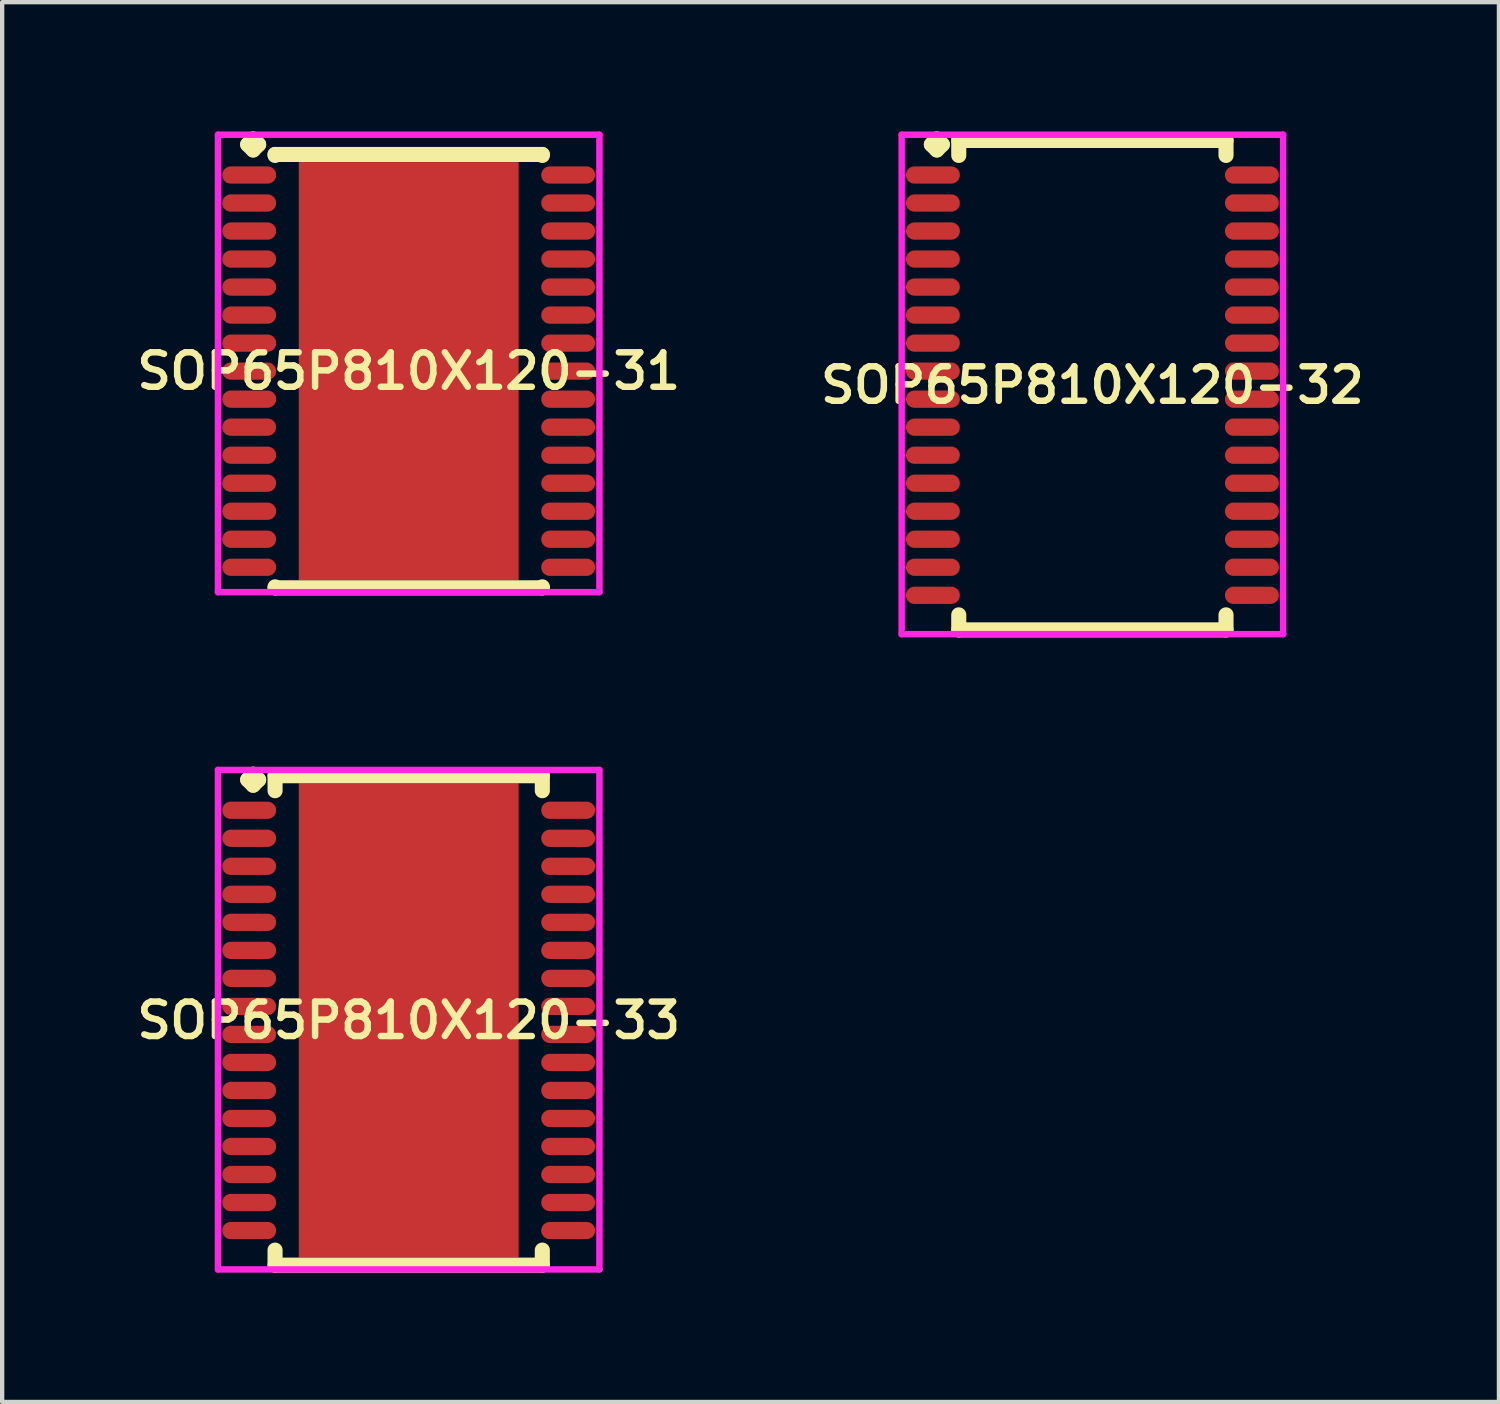
<source format=kicad_pcb>
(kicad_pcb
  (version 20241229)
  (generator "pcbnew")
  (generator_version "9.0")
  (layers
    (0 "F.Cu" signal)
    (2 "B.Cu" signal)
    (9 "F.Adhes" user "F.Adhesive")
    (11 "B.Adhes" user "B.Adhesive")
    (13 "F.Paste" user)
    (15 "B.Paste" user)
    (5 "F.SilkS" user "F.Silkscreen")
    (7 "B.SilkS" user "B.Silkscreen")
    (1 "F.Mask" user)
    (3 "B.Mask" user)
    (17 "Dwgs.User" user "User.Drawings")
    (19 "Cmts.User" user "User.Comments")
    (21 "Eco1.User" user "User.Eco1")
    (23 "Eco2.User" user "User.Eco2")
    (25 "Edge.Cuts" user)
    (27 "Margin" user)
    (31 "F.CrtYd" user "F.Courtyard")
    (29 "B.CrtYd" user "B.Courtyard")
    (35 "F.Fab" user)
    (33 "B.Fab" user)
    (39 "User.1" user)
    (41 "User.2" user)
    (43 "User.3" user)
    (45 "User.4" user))
  (footprint "SOP65P810X120-31"
    (layer "F.Cu")
    (at 6.431 5.56)
    (property "Reference" "SOP65P810X120-31" (at 0 0 0) (layer "F.SilkS") (effects (font (size 0.8 0.8) (thickness 0.15))))
    (attr through_hole)
    (fp_line (start -3.735 -5.258) (end -3.608 -5.385) (stroke (width 0.35) (type solid)) (layer "F.SilkS"))
    (fp_line (start -3.608 -5.385) (end -3.481 -5.258) (stroke (width 0.35) (type solid)) (layer "F.SilkS"))
    (fp_line (start -3.608 -5.131) (end -3.735 -5.258) (stroke (width 0.35) (type solid)) (layer "F.SilkS"))
    (fp_line (start -3.481 -5.258) (end -3.608 -5.131) (stroke (width 0.35) (type solid)) (layer "F.SilkS"))
    (fp_line (start -3.1 -5.027) (end 3.1 -5.027) (stroke (width 0.35) (type solid)) (layer "F.SilkS"))
    (fp_line (start -3.1 -5.004) (end -3.1 -5.027) (stroke (width 0.35) (type solid)) (layer "F.SilkS"))
    (fp_line (start -3.1 5.004) (end -3.1 5.027) (stroke (width 0.35) (type solid)) (layer "F.SilkS"))
    (fp_line (start -3.1 5.027) (end 3.1 5.027) (stroke (width 0.35) (type solid)) (layer "F.SilkS"))
    (fp_line (start 3.1 -5.027) (end 3.1 -5.004) (stroke (width 0.35) (type solid)) (layer "F.SilkS"))
    (fp_line (start 3.1 5.027) (end 3.1 5.004) (stroke (width 0.35) (type solid)) (layer "F.SilkS"))
    (fp_line (start -4.425 -5.485) (end 4.425 -5.485) (stroke (width 0.15) (type solid)) (layer "F.CrtYd"))
    (fp_line (start -4.425 5.127) (end -4.425 -5.485) (stroke (width 0.15) (type solid)) (layer "F.CrtYd"))
    (fp_line (start 4.425 -5.485) (end 4.425 5.127) (stroke (width 0.15) (type solid)) (layer "F.CrtYd"))
    (fp_line (start 4.425 5.127) (end -4.425 5.127) (stroke (width 0.15) (type solid)) (layer "F.CrtYd"))
    (pad "1" smd oval (at -3.7 -4.55) (size 1.25 0.4) (layers "F.Cu" "F.Mask" "F.Paste"))
    (pad "2" smd oval (at -3.7 -3.9) (size 1.25 0.4) (layers "F.Cu" "F.Mask" "F.Paste"))
    (pad "3" smd oval (at -3.7 -3.25) (size 1.25 0.4) (layers "F.Cu" "F.Mask" "F.Paste"))
    (pad "4" smd oval (at -3.7 -2.6) (size 1.25 0.4) (layers "F.Cu" "F.Mask" "F.Paste"))
    (pad "5" smd oval (at -3.7 -1.95) (size 1.25 0.4) (layers "F.Cu" "F.Mask" "F.Paste"))
    (pad "6" smd oval (at -3.7 -1.3) (size 1.25 0.4) (layers "F.Cu" "F.Mask" "F.Paste"))
    (pad "7" smd oval (at -3.7 -0.65) (size 1.25 0.4) (layers "F.Cu" "F.Mask" "F.Paste"))
    (pad "8" smd oval (at -3.7 0) (size 1.25 0.4) (layers "F.Cu" "F.Mask" "F.Paste"))
    (pad "9" smd oval (at -3.7 0.65) (size 1.25 0.4) (layers "F.Cu" "F.Mask" "F.Paste"))
    (pad "10" smd oval (at -3.7 1.3) (size 1.25 0.4) (layers "F.Cu" "F.Mask" "F.Paste"))
    (pad "11" smd oval (at -3.7 1.95) (size 1.25 0.4) (layers "F.Cu" "F.Mask" "F.Paste"))
    (pad "12" smd oval (at -3.7 2.6) (size 1.25 0.4) (layers "F.Cu" "F.Mask" "F.Paste"))
    (pad "13" smd oval (at -3.7 3.25) (size 1.25 0.4) (layers "F.Cu" "F.Mask" "F.Paste"))
    (pad "14" smd oval (at -3.7 3.9) (size 1.25 0.4) (layers "F.Cu" "F.Mask" "F.Paste"))
    (pad "15" smd oval (at -3.7 4.55) (size 1.25 0.4) (layers "F.Cu" "F.Mask" "F.Paste"))
    (pad "16" smd oval (at 3.7 4.55) (size 1.25 0.4) (layers "F.Cu" "F.Mask" "F.Paste"))
    (pad "17" smd oval (at 3.7 3.9) (size 1.25 0.4) (layers "F.Cu" "F.Mask" "F.Paste"))
    (pad "18" smd oval (at 3.7 3.25) (size 1.25 0.4) (layers "F.Cu" "F.Mask" "F.Paste"))
    (pad "19" smd oval (at 3.7 2.6) (size 1.25 0.4) (layers "F.Cu" "F.Mask" "F.Paste"))
    (pad "20" smd oval (at 3.7 1.95) (size 1.25 0.4) (layers "F.Cu" "F.Mask" "F.Paste"))
    (pad "21" smd oval (at 3.7 1.3) (size 1.25 0.4) (layers "F.Cu" "F.Mask" "F.Paste"))
    (pad "22" smd oval (at 3.7 0.65) (size 1.25 0.4) (layers "F.Cu" "F.Mask" "F.Paste"))
    (pad "23" smd oval (at 3.7 0) (size 1.25 0.4) (layers "F.Cu" "F.Mask" "F.Paste"))
    (pad "24" smd oval (at 3.7 -0.65) (size 1.25 0.4) (layers "F.Cu" "F.Mask" "F.Paste"))
    (pad "25" smd oval (at 3.7 -1.3) (size 1.25 0.4) (layers "F.Cu" "F.Mask" "F.Paste"))
    (pad "26" smd oval (at 3.7 -1.95) (size 1.25 0.4) (layers "F.Cu" "F.Mask" "F.Paste"))
    (pad "27" smd oval (at 3.7 -2.6) (size 1.25 0.4) (layers "F.Cu" "F.Mask" "F.Paste"))
    (pad "28" smd oval (at 3.7 -3.25) (size 1.25 0.4) (layers "F.Cu" "F.Mask" "F.Paste"))
    (pad "29" smd oval (at 3.7 -3.9) (size 1.25 0.4) (layers "F.Cu" "F.Mask" "F.Paste"))
    (pad "30" smd oval (at 3.7 -4.55) (size 1.25 0.4) (layers "F.Cu" "F.Mask" "F.Paste"))
    (pad "31" smd rect (at 0 0) (size 5.1 9.7) (layers "F.Cu" "F.Mask" "F.Paste")))
  (footprint "SOP65P810X120-32"
    (layer "F.Cu")
    (at 22.292 5.885)
    (property "Reference" "SOP65P810X120-32" (at 0 0 0) (layer "F.SilkS") (effects (font (size 0.8 0.8) (thickness 0.15))))
    (attr through_hole)
    (fp_line (start -3.735 -5.583) (end -3.608 -5.71) (stroke (width 0.35) (type solid)) (layer "F.SilkS"))
    (fp_line (start -3.608 -5.71) (end -3.481 -5.583) (stroke (width 0.35) (type solid)) (layer "F.SilkS"))
    (fp_line (start -3.608 -5.456) (end -3.735 -5.583) (stroke (width 0.35) (type solid)) (layer "F.SilkS"))
    (fp_line (start -3.481 -5.583) (end -3.608 -5.456) (stroke (width 0.35) (type solid)) (layer "F.SilkS"))
    (fp_line (start -3.1 -5.677) (end 3.1 -5.677) (stroke (width 0.35) (type solid)) (layer "F.SilkS"))
    (fp_line (start -3.1 -5.329) (end -3.1 -5.677) (stroke (width 0.35) (type solid)) (layer "F.SilkS"))
    (fp_line (start -3.1 5.329) (end -3.1 5.677) (stroke (width 0.35) (type solid)) (layer "F.SilkS"))
    (fp_line (start -3.1 5.677) (end 3.1 5.677) (stroke (width 0.35) (type solid)) (layer "F.SilkS"))
    (fp_line (start 3.1 -5.677) (end 3.1 -5.329) (stroke (width 0.35) (type solid)) (layer "F.SilkS"))
    (fp_line (start 3.1 5.677) (end 3.1 5.329) (stroke (width 0.35) (type solid)) (layer "F.SilkS"))
    (fp_line (start -4.425 -5.81) (end 4.425 -5.81) (stroke (width 0.15) (type solid)) (layer "F.CrtYd"))
    (fp_line (start -4.425 5.777) (end -4.425 -5.81) (stroke (width 0.15) (type solid)) (layer "F.CrtYd"))
    (fp_line (start 4.425 -5.81) (end 4.425 5.777) (stroke (width 0.15) (type solid)) (layer "F.CrtYd"))
    (fp_line (start 4.425 5.777) (end -4.425 5.777) (stroke (width 0.15) (type solid)) (layer "F.CrtYd"))
    (pad "1" smd oval (at -3.7 -4.875) (size 1.25 0.4) (layers "F.Cu" "F.Mask" "F.Paste"))
    (pad "2" smd oval (at -3.7 -4.225) (size 1.25 0.4) (layers "F.Cu" "F.Mask" "F.Paste"))
    (pad "3" smd oval (at -3.7 -3.575) (size 1.25 0.4) (layers "F.Cu" "F.Mask" "F.Paste"))
    (pad "4" smd oval (at -3.7 -2.925) (size 1.25 0.4) (layers "F.Cu" "F.Mask" "F.Paste"))
    (pad "5" smd oval (at -3.7 -2.275) (size 1.25 0.4) (layers "F.Cu" "F.Mask" "F.Paste"))
    (pad "6" smd oval (at -3.7 -1.625) (size 1.25 0.4) (layers "F.Cu" "F.Mask" "F.Paste"))
    (pad "7" smd oval (at -3.7 -0.975) (size 1.25 0.4) (layers "F.Cu" "F.Mask" "F.Paste"))
    (pad "8" smd oval (at -3.7 -0.325) (size 1.25 0.4) (layers "F.Cu" "F.Mask" "F.Paste"))
    (pad "9" smd oval (at -3.7 0.325) (size 1.25 0.4) (layers "F.Cu" "F.Mask" "F.Paste"))
    (pad "10" smd oval (at -3.7 0.975) (size 1.25 0.4) (layers "F.Cu" "F.Mask" "F.Paste"))
    (pad "11" smd oval (at -3.7 1.625) (size 1.25 0.4) (layers "F.Cu" "F.Mask" "F.Paste"))
    (pad "12" smd oval (at -3.7 2.275) (size 1.25 0.4) (layers "F.Cu" "F.Mask" "F.Paste"))
    (pad "13" smd oval (at -3.7 2.925) (size 1.25 0.4) (layers "F.Cu" "F.Mask" "F.Paste"))
    (pad "14" smd oval (at -3.7 3.575) (size 1.25 0.4) (layers "F.Cu" "F.Mask" "F.Paste"))
    (pad "15" smd oval (at -3.7 4.225) (size 1.25 0.4) (layers "F.Cu" "F.Mask" "F.Paste"))
    (pad "16" smd oval (at -3.7 4.875) (size 1.25 0.4) (layers "F.Cu" "F.Mask" "F.Paste"))
    (pad "17" smd oval (at 3.7 4.875) (size 1.25 0.4) (layers "F.Cu" "F.Mask" "F.Paste"))
    (pad "18" smd oval (at 3.7 4.225) (size 1.25 0.4) (layers "F.Cu" "F.Mask" "F.Paste"))
    (pad "19" smd oval (at 3.7 3.575) (size 1.25 0.4) (layers "F.Cu" "F.Mask" "F.Paste"))
    (pad "20" smd oval (at 3.7 2.925) (size 1.25 0.4) (layers "F.Cu" "F.Mask" "F.Paste"))
    (pad "21" smd oval (at 3.7 2.275) (size 1.25 0.4) (layers "F.Cu" "F.Mask" "F.Paste"))
    (pad "22" smd oval (at 3.7 1.625) (size 1.25 0.4) (layers "F.Cu" "F.Mask" "F.Paste"))
    (pad "23" smd oval (at 3.7 0.975) (size 1.25 0.4) (layers "F.Cu" "F.Mask" "F.Paste"))
    (pad "24" smd oval (at 3.7 0.325) (size 1.25 0.4) (layers "F.Cu" "F.Mask" "F.Paste"))
    (pad "25" smd oval (at 3.7 -0.325) (size 1.25 0.4) (layers "F.Cu" "F.Mask" "F.Paste"))
    (pad "26" smd oval (at 3.7 -0.975) (size 1.25 0.4) (layers "F.Cu" "F.Mask" "F.Paste"))
    (pad "27" smd oval (at 3.7 -1.625) (size 1.25 0.4) (layers "F.Cu" "F.Mask" "F.Paste"))
    (pad "28" smd oval (at 3.7 -2.275) (size 1.25 0.4) (layers "F.Cu" "F.Mask" "F.Paste"))
    (pad "29" smd oval (at 3.7 -2.925) (size 1.25 0.4) (layers "F.Cu" "F.Mask" "F.Paste"))
    (pad "30" smd oval (at 3.7 -3.575) (size 1.25 0.4) (layers "F.Cu" "F.Mask" "F.Paste"))
    (pad "31" smd oval (at 3.7 -4.225) (size 1.25 0.4) (layers "F.Cu" "F.Mask" "F.Paste"))
    (pad "32" smd oval (at 3.7 -4.875) (size 1.25 0.4) (layers "F.Cu" "F.Mask" "F.Paste")))
  (footprint "SOP65P810X120-33"
    (layer "F.Cu")
    (at 6.431 20.622)
    (property "Reference" "SOP65P810X120-33" (at 0 0 0) (layer "F.SilkS") (effects (font (size 0.8 0.8) (thickness 0.15))))
    (attr smd)
    (fp_line (start -3.735 -5.583) (end -3.608 -5.71) (stroke (width 0.35) (type solid)) (layer "F.SilkS"))
    (fp_line (start -3.608 -5.71) (end -3.481 -5.583) (stroke (width 0.35) (type solid)) (layer "F.SilkS"))
    (fp_line (start -3.608 -5.456) (end -3.735 -5.583) (stroke (width 0.35) (type solid)) (layer "F.SilkS"))
    (fp_line (start -3.481 -5.583) (end -3.608 -5.456) (stroke (width 0.35) (type solid)) (layer "F.SilkS"))
    (fp_line (start -3.1 -5.677) (end 3.1 -5.677) (stroke (width 0.35) (type solid)) (layer "F.SilkS"))
    (fp_line (start -3.1 -5.329) (end -3.1 -5.677) (stroke (width 0.35) (type solid)) (layer "F.SilkS"))
    (fp_line (start -3.1 5.329) (end -3.1 5.677) (stroke (width 0.35) (type solid)) (layer "F.SilkS"))
    (fp_line (start -3.1 5.677) (end 3.1 5.677) (stroke (width 0.35) (type solid)) (layer "F.SilkS"))
    (fp_line (start 3.1 -5.677) (end 3.1 -5.329) (stroke (width 0.35) (type solid)) (layer "F.SilkS"))
    (fp_line (start 3.1 5.677) (end 3.1 5.329) (stroke (width 0.35) (type solid)) (layer "F.SilkS"))
    (fp_line (start -4.425 -5.81) (end 4.425 -5.81) (stroke (width 0.15) (type solid)) (layer "F.CrtYd"))
    (fp_line (start -4.425 5.777) (end -4.425 -5.81) (stroke (width 0.15) (type solid)) (layer "F.CrtYd"))
    (fp_line (start 4.425 -5.81) (end 4.425 5.777) (stroke (width 0.15) (type solid)) (layer "F.CrtYd"))
    (fp_line (start 4.425 5.777) (end -4.425 5.777) (stroke (width 0.15) (type solid)) (layer "F.CrtYd"))
    (pad "1" smd oval (at -3.7 -4.875) (size 1.25 0.4) (layers "F.Cu" "F.Mask" "F.Paste"))
    (pad "2" smd oval (at -3.7 -4.225) (size 1.25 0.4) (layers "F.Cu" "F.Mask" "F.Paste"))
    (pad "3" smd oval (at -3.7 -3.575) (size 1.25 0.4) (layers "F.Cu" "F.Mask" "F.Paste"))
    (pad "4" smd oval (at -3.7 -2.925) (size 1.25 0.4) (layers "F.Cu" "F.Mask" "F.Paste"))
    (pad "5" smd oval (at -3.7 -2.275) (size 1.25 0.4) (layers "F.Cu" "F.Mask" "F.Paste"))
    (pad "6" smd oval (at -3.7 -1.625) (size 1.25 0.4) (layers "F.Cu" "F.Mask" "F.Paste"))
    (pad "7" smd oval (at -3.7 -0.975) (size 1.25 0.4) (layers "F.Cu" "F.Mask" "F.Paste"))
    (pad "8" smd oval (at -3.7 -0.325) (size 1.25 0.4) (layers "F.Cu" "F.Mask" "F.Paste"))
    (pad "9" smd oval (at -3.7 0.325) (size 1.25 0.4) (layers "F.Cu" "F.Mask" "F.Paste"))
    (pad "10" smd oval (at -3.7 0.975) (size 1.25 0.4) (layers "F.Cu" "F.Mask" "F.Paste"))
    (pad "11" smd oval (at -3.7 1.625) (size 1.25 0.4) (layers "F.Cu" "F.Mask" "F.Paste"))
    (pad "12" smd oval (at -3.7 2.275) (size 1.25 0.4) (layers "F.Cu" "F.Mask" "F.Paste"))
    (pad "13" smd oval (at -3.7 2.925) (size 1.25 0.4) (layers "F.Cu" "F.Mask" "F.Paste"))
    (pad "14" smd oval (at -3.7 3.575) (size 1.25 0.4) (layers "F.Cu" "F.Mask" "F.Paste"))
    (pad "15" smd oval (at -3.7 4.225) (size 1.25 0.4) (layers "F.Cu" "F.Mask" "F.Paste"))
    (pad "16" smd oval (at -3.7 4.875) (size 1.25 0.4) (layers "F.Cu" "F.Mask" "F.Paste"))
    (pad "17" smd oval (at 3.7 4.875) (size 1.25 0.4) (layers "F.Cu" "F.Mask" "F.Paste"))
    (pad "18" smd oval (at 3.7 4.225) (size 1.25 0.4) (layers "F.Cu" "F.Mask" "F.Paste"))
    (pad "19" smd oval (at 3.7 3.575) (size 1.25 0.4) (layers "F.Cu" "F.Mask" "F.Paste"))
    (pad "20" smd oval (at 3.7 2.925) (size 1.25 0.4) (layers "F.Cu" "F.Mask" "F.Paste"))
    (pad "21" smd oval (at 3.7 2.275) (size 1.25 0.4) (layers "F.Cu" "F.Mask" "F.Paste"))
    (pad "22" smd oval (at 3.7 1.625) (size 1.25 0.4) (layers "F.Cu" "F.Mask" "F.Paste"))
    (pad "23" smd oval (at 3.7 0.975) (size 1.25 0.4) (layers "F.Cu" "F.Mask" "F.Paste"))
    (pad "24" smd oval (at 3.7 0.325) (size 1.25 0.4) (layers "F.Cu" "F.Mask" "F.Paste"))
    (pad "25" smd oval (at 3.7 -0.325) (size 1.25 0.4) (layers "F.Cu" "F.Mask" "F.Paste"))
    (pad "26" smd oval (at 3.7 -0.975) (size 1.25 0.4) (layers "F.Cu" "F.Mask" "F.Paste"))
    (pad "27" smd oval (at 3.7 -1.625) (size 1.25 0.4) (layers "F.Cu" "F.Mask" "F.Paste"))
    (pad "28" smd oval (at 3.7 -2.275) (size 1.25 0.4) (layers "F.Cu" "F.Mask" "F.Paste"))
    (pad "29" smd oval (at 3.7 -2.925) (size 1.25 0.4) (layers "F.Cu" "F.Mask" "F.Paste"))
    (pad "30" smd oval (at 3.7 -3.575) (size 1.25 0.4) (layers "F.Cu" "F.Mask" "F.Paste"))
    (pad "31" smd oval (at 3.7 -4.225) (size 1.25 0.4) (layers "F.Cu" "F.Mask" "F.Paste"))
    (pad "32" smd oval (at 3.7 -4.875) (size 1.25 0.4) (layers "F.Cu" "F.Mask" "F.Paste"))
    (pad "33" smd rect (at 0 0) (size 5.1 11) (layers "F.Cu" "F.Mask" "F.Paste")))
  (gr_rect
    (start -3 -3)
    (end 31.723 29.474)
    (stroke (width 0.1) (type default))
    (fill no)
    (layer "Edge.Cuts")))
</source>
